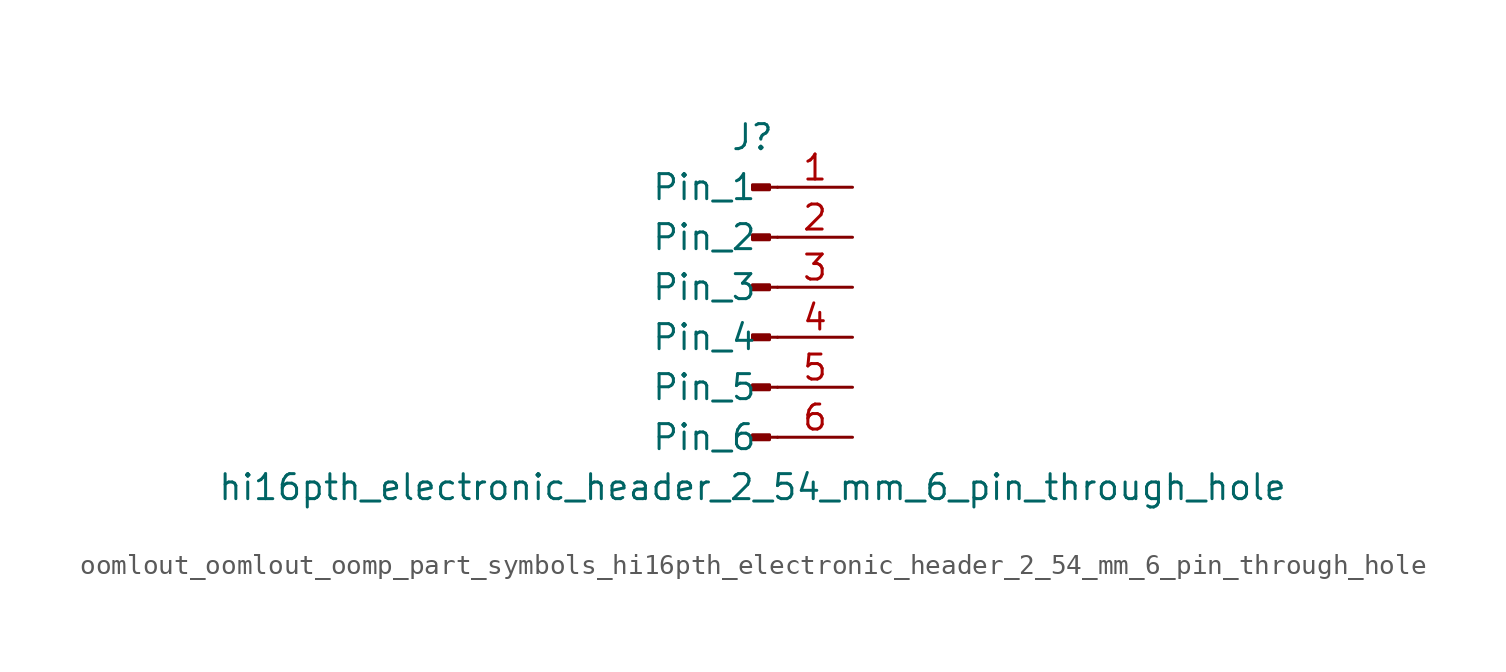
<source format=kicad_sym>
(kicad_symbol_lib
  (version 20220914)
  (generator kicad_symbol_editor)
  (symbol "oomlout_oomlout_oomp_part_symbols_hi16pth_electronic_header_2_54_mm_6_pin_through_hole"
    (pin_names
      (offset 1.016))
    (property "Reference" "J"
      (at 0 7.62 0)
      (effects (font (size 1.27 1.27))))
    (property "Value" "hi16pth_electronic_header_2_54_mm_6_pin_through_hole"
      (at 0 -10.16 0)
      (effects (font (size 1.27 1.27))))
    (property "ki_locked" ""
      (at 0 0 0)
      (effects (font (size 1.27 1.27))))
    (symbol "oomlout_oomlout_oomp_part_symbols_hi16pth_electronic_header_2_54_mm_6_pin_through_hole_1_1"
      (polyline (pts (xy 1.27 -7.62) (xy 0.864 -7.62)) (stroke (width 0.152) (type default)) (fill (type none)))
      (polyline (pts (xy 1.27 -5.08) (xy 0.864 -5.08)) (stroke (width 0.152) (type default)) (fill (type none)))
      (polyline (pts (xy 1.27 -2.54) (xy 0.864 -2.54)) (stroke (width 0.152) (type default)) (fill (type none)))
      (polyline (pts (xy 1.27 0) (xy 0.864 0)) (stroke (width 0.152) (type default)) (fill (type none)))
      (polyline (pts (xy 1.27 2.54) (xy 0.864 2.54)) (stroke (width 0.152) (type default)) (fill (type none)))
      (polyline (pts (xy 1.27 5.08) (xy 0.864 5.08)) (stroke (width 0.152) (type default)) (fill (type none)))
      (rectangle (start 0.864 -7.493) (end 0 -7.747) (stroke (width 0.152) (type default)) (fill (type outline)))
      (rectangle (start 0.864 -4.953) (end 0 -5.207) (stroke (width 0.152) (type default)) (fill (type outline)))
      (rectangle (start 0.864 -2.413) (end 0 -2.667) (stroke (width 0.152) (type default)) (fill (type outline)))
      (rectangle (start 0.864 0.127) (end 0 -0.127) (stroke (width 0.152) (type default)) (fill (type outline)))
      (rectangle (start 0.864 2.667) (end 0 2.413) (stroke (width 0.152) (type default)) (fill (type outline)))
      (rectangle (start 0.864 5.207) (end 0 4.953) (stroke (width 0.152) (type default)) (fill (type outline)))
      (pin passive line (at 5.08 5.08 180) (length 3.81) (name "Pin_1" (effects (font (size 1.27 1.27)))) (number "1" (effects (font (size 1.27 1.27)))))
      (pin passive line (at 5.08 2.54 180) (length 3.81) (name "Pin_2" (effects (font (size 1.27 1.27)))) (number "2" (effects (font (size 1.27 1.27)))))
      (pin passive line (at 5.08 0 180) (length 3.81) (name "Pin_3" (effects (font (size 1.27 1.27)))) (number "3" (effects (font (size 1.27 1.27)))))
      (pin passive line (at 5.08 -2.54 180) (length 3.81) (name "Pin_4" (effects (font (size 1.27 1.27)))) (number "4" (effects (font (size 1.27 1.27)))))
      (pin passive line (at 5.08 -5.08 180) (length 3.81) (name "Pin_5" (effects (font (size 1.27 1.27)))) (number "5" (effects (font (size 1.27 1.27)))))
      (pin passive line (at 5.08 -7.62 180) (length 3.81) (name "Pin_6" (effects (font (size 1.27 1.27)))) (number "6" (effects (font (size 1.27 1.27))))))))
</source>
